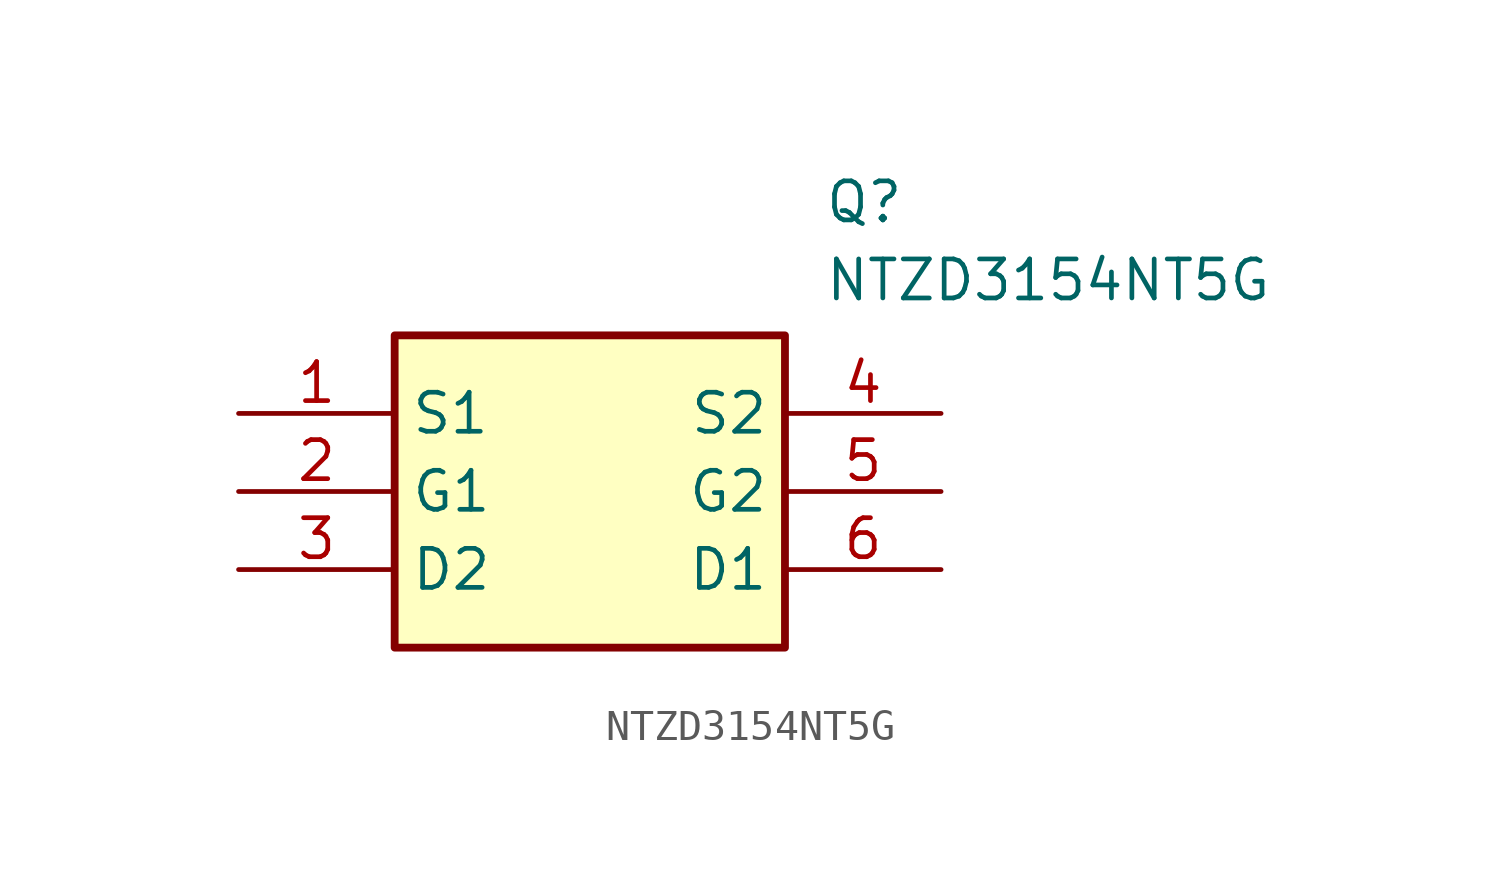
<source format=kicad_sym>
(kicad_symbol_lib
  (version 20211014)
  (generator SamacSys_ECAD_Model)
  (symbol "NTZD3154NT5G"
    (property "Reference" "Q"
      (at 19.05 7.62 0)
      (effects (font (size 1.27 1.27)) (justify left top)))
    (property "Value" "NTZD3154NT5G"
      (at 19.05 5.08 0)
      (effects (font (size 1.27 1.27)) (justify left top)))
    (rectangle
      (start 5.08 2.54)
      (end 17.78 -7.62)
      (stroke (width 0.254) (type default))
      (fill (type background)))
    (pin passive line
      (at 0 0 0)
      (length 5.08)
      (name "S1" (effects (font (size 1.27 1.27))))
      (number "1" (effects (font (size 1.27 1.27)))))
    (pin passive line
      (at 0 -2.54 0)
      (length 5.08)
      (name "G1" (effects (font (size 1.27 1.27))))
      (number "2" (effects (font (size 1.27 1.27)))))
    (pin passive line
      (at 0 -5.08 0)
      (length 5.08)
      (name "D2" (effects (font (size 1.27 1.27))))
      (number "3" (effects (font (size 1.27 1.27)))))
    (pin passive line
      (at 22.86 0 180)
      (length 5.08)
      (name "S2" (effects (font (size 1.27 1.27))))
      (number "4" (effects (font (size 1.27 1.27)))))
    (pin passive line
      (at 22.86 -2.54 180)
      (length 5.08)
      (name "G2" (effects (font (size 1.27 1.27))))
      (number "5" (effects (font (size 1.27 1.27)))))
    (pin passive line
      (at 22.86 -5.08 180)
      (length 5.08)
      (name "D1" (effects (font (size 1.27 1.27))))
      (number "6" (effects (font (size 1.27 1.27)))))))
</source>
